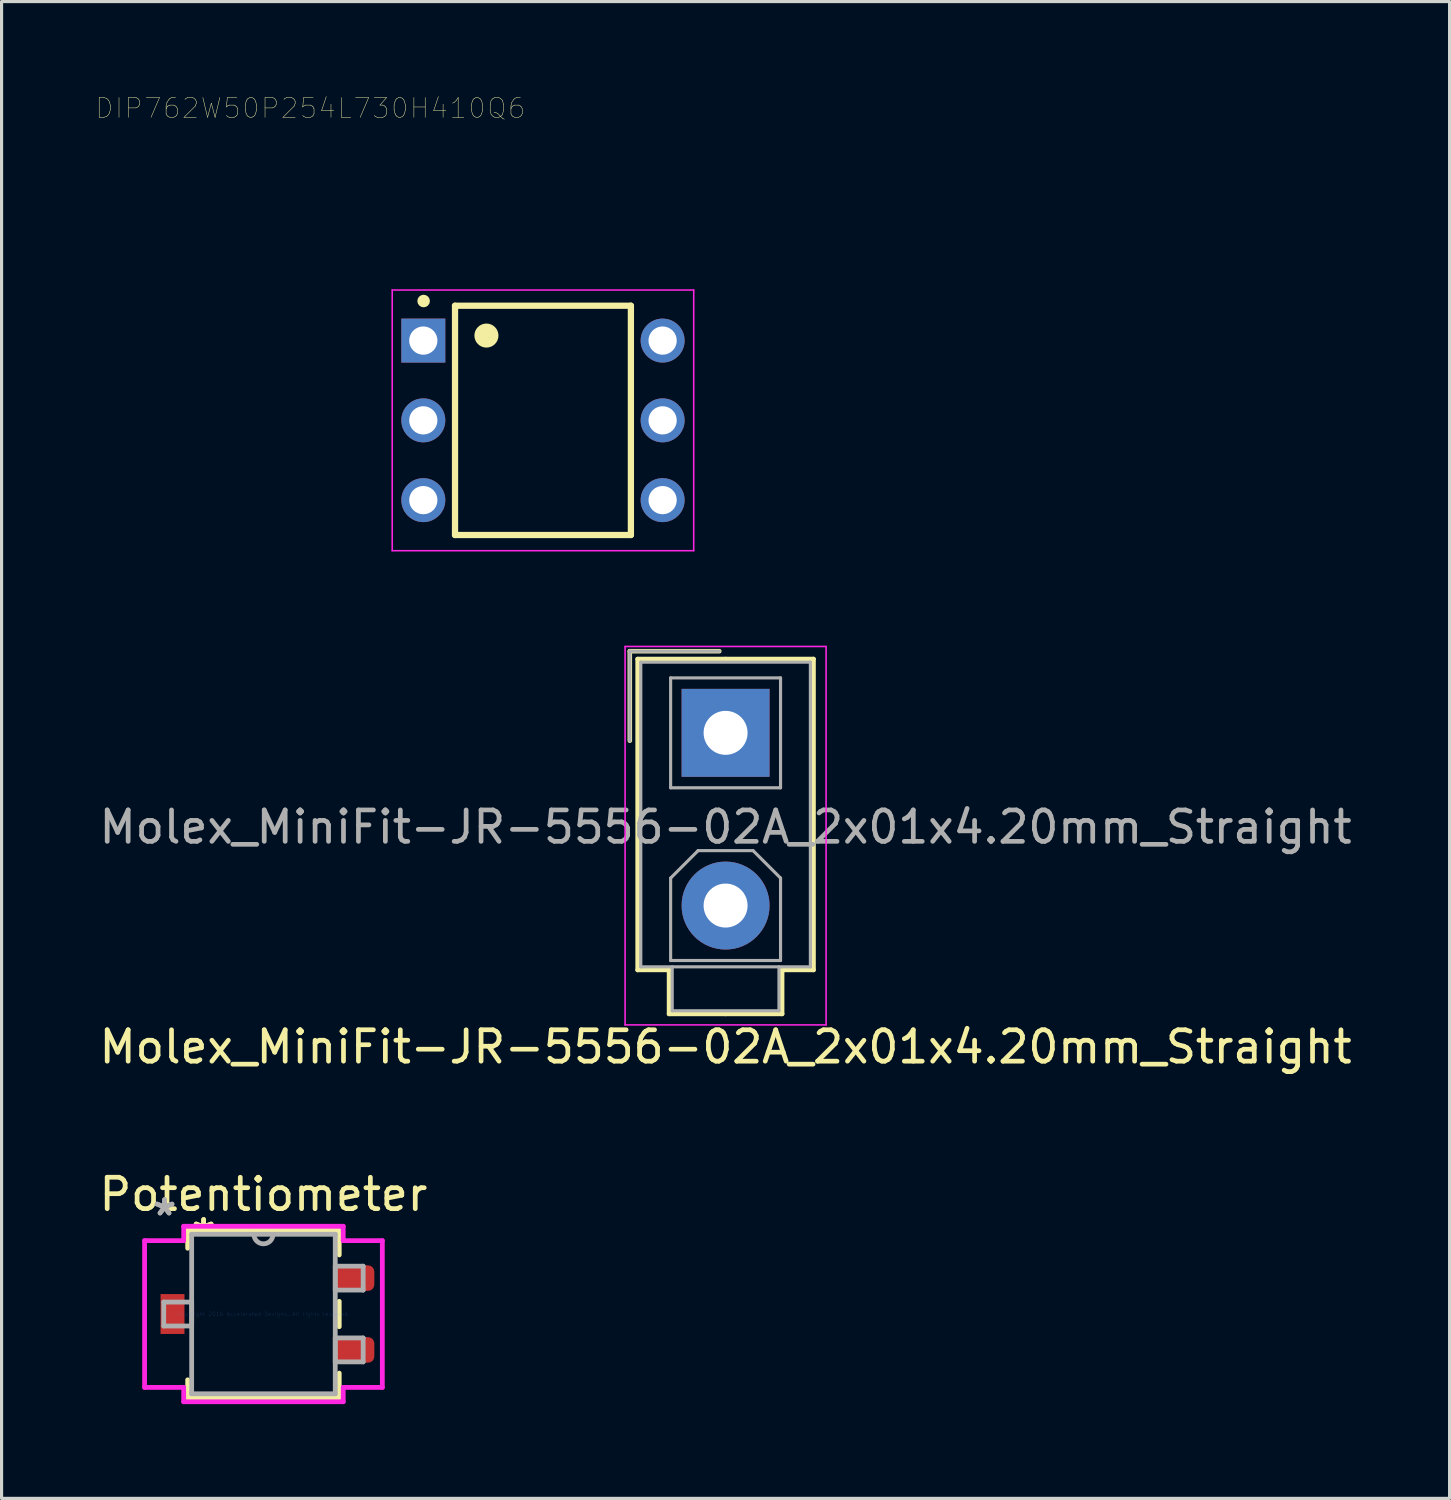
<source format=kicad_pcb>
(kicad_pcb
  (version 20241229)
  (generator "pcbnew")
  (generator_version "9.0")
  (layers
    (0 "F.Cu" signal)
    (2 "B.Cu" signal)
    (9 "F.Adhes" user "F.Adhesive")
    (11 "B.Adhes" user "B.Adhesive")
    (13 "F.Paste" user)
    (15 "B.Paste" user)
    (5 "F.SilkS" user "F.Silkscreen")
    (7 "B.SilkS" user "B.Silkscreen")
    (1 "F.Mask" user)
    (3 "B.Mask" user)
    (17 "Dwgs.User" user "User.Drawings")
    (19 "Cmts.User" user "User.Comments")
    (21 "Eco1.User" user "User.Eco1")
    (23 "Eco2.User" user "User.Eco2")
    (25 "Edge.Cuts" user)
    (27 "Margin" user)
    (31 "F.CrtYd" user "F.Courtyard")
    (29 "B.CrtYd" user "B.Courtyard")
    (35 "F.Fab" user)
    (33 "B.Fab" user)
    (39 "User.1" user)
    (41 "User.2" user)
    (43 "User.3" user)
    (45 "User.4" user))
  (footprint "Potentiometer"
    (layer "F.Cu")
    (at 5.339 38.791)
    (property "Reference" "Potentiometer" (at 0 -3.81 0) (layer "F.SilkS") (effects (font (size 1 1) (thickness 0.15))))
    (attr through_hole)
    (fp_line (start -2.413 -2.667) (end -2.413 -2.095) (stroke (width 0.152) (type solid)) (layer "F.SilkS"))
    (fp_line (start -2.413 2.095) (end -2.413 2.667) (stroke (width 0.152) (type solid)) (layer "F.SilkS"))
    (fp_line (start -2.413 2.667) (end 2.413 2.667) (stroke (width 0.152) (type solid)) (layer "F.SilkS"))
    (fp_line (start 2.413 -2.667) (end -2.413 -2.667) (stroke (width 0.152) (type solid)) (layer "F.SilkS"))
    (fp_line (start 2.413 -1.882) (end 2.413 -2.667) (stroke (width 0.152) (type solid)) (layer "F.SilkS"))
    (fp_line (start 2.413 0.404) (end 2.413 -0.404) (stroke (width 0.152) (type solid)) (layer "F.SilkS"))
    (fp_line (start 2.413 2.667) (end 2.413 1.882) (stroke (width 0.152) (type solid)) (layer "F.SilkS"))
    (fp_line (start -3.785 -2.337) (end -2.54 -2.337) (stroke (width 0.152) (type solid)) (layer "F.CrtYd"))
    (fp_line (start -3.785 2.337) (end -3.785 -2.337) (stroke (width 0.152) (type solid)) (layer "F.CrtYd"))
    (fp_line (start -2.54 -2.794) (end 2.54 -2.794) (stroke (width 0.152) (type solid)) (layer "F.CrtYd"))
    (fp_line (start -2.54 -2.337) (end -2.54 -2.794) (stroke (width 0.152) (type solid)) (layer "F.CrtYd"))
    (fp_line (start -2.54 2.337) (end -3.785 2.337) (stroke (width 0.152) (type solid)) (layer "F.CrtYd"))
    (fp_line (start -2.54 2.794) (end -2.54 2.337) (stroke (width 0.152) (type solid)) (layer "F.CrtYd"))
    (fp_line (start 2.54 -2.794) (end 2.54 -2.337) (stroke (width 0.152) (type solid)) (layer "F.CrtYd"))
    (fp_line (start 2.54 -2.337) (end 3.785 -2.337) (stroke (width 0.152) (type solid)) (layer "F.CrtYd"))
    (fp_line (start 2.54 2.337) (end 2.54 2.794) (stroke (width 0.152) (type solid)) (layer "F.CrtYd"))
    (fp_line (start 2.54 2.794) (end -2.54 2.794) (stroke (width 0.152) (type solid)) (layer "F.CrtYd"))
    (fp_line (start 3.785 -2.337) (end 3.785 2.337) (stroke (width 0.152) (type solid)) (layer "F.CrtYd"))
    (fp_line (start 3.785 2.337) (end 2.54 2.337) (stroke (width 0.152) (type solid)) (layer "F.CrtYd"))
    (fp_line (start -3.175 -0.381) (end -3.175 0.381) (stroke (width 0.152) (type solid)) (layer "F.Fab"))
    (fp_line (start -3.175 0.381) (end -2.286 0.381) (stroke (width 0.152) (type solid)) (layer "F.Fab"))
    (fp_line (start -2.286 -2.54) (end -2.286 2.54) (stroke (width 0.152) (type solid)) (layer "F.Fab"))
    (fp_line (start -2.286 -0.381) (end -3.175 -0.381) (stroke (width 0.152) (type solid)) (layer "F.Fab"))
    (fp_line (start -2.286 0.381) (end -2.286 -0.381) (stroke (width 0.152) (type solid)) (layer "F.Fab"))
    (fp_line (start -2.286 2.54) (end 2.286 2.54) (stroke (width 0.152) (type solid)) (layer "F.Fab"))
    (fp_line (start 2.286 -2.54) (end -2.286 -2.54) (stroke (width 0.152) (type solid)) (layer "F.Fab"))
    (fp_line (start 2.286 -1.524) (end 2.286 -0.762) (stroke (width 0.152) (type solid)) (layer "F.Fab"))
    (fp_line (start 2.286 -0.762) (end 3.175 -0.762) (stroke (width 0.152) (type solid)) (layer "F.Fab"))
    (fp_line (start 2.286 0.762) (end 2.286 1.524) (stroke (width 0.152) (type solid)) (layer "F.Fab"))
    (fp_line (start 2.286 1.524) (end 3.175 1.524) (stroke (width 0.152) (type solid)) (layer "F.Fab"))
    (fp_line (start 2.286 2.54) (end 2.286 -2.54) (stroke (width 0.152) (type solid)) (layer "F.Fab"))
    (fp_line (start 3.175 -1.524) (end 2.286 -1.524) (stroke (width 0.152) (type solid)) (layer "F.Fab"))
    (fp_line (start 3.175 -0.762) (end 3.175 -1.524) (stroke (width 0.152) (type solid)) (layer "F.Fab"))
    (fp_line (start 3.175 0.762) (end 2.286 0.762) (stroke (width 0.152) (type solid)) (layer "F.Fab"))
    (fp_line (start 3.175 1.524) (end 3.175 0.762) (stroke (width 0.152) (type solid)) (layer "F.Fab"))
    (fp_arc (start 0.3048 -2.54) (mid 0 -2.2352) (end -0.3048 -2.54) (stroke (width 0.1524) (type solid)) (layer "F.Fab"))
    (fp_text user "*" (at -1.905 -2.464 0) (layer "F.SilkS") (effects (font (size 1 1) (thickness 0.15))))
    (fp_text user "*" (at -1.905 -2.464 0) (layer "F.SilkS") (effects (font (size 1 1) (thickness 0.15))))
    (fp_text user "Copyright 2016 Accelerated Designs. All rights reserved." (at 0 0 0) (layer "Cmts.User") (effects (font (size 0.127 0.127) (thickness 0.002))))
    (fp_text user "*" (at -3.15 -3.099 0) (layer "F.Fab") (effects (font (size 1 1) (thickness 0.15))))
    (fp_text user "*" (at -3.15 -3.099 0) (layer "F.Fab") (effects (font (size 1 1) (thickness 0.15))))
    (pad "1" smd roundrect (at 2.896 -1.143) (size 1.27 0.813) (layers "F.Cu" "F.Mask" "F.Paste") (roundrect_rratio 0.25))
    (pad "2" smd rect (at -2.896 0) (size 0.762 1.27) (layers "F.Cu" "F.Mask" "F.Paste"))
    (pad "3" smd roundrect (at 2.896 1.143) (size 1.27 0.813) (layers "F.Cu" "F.Mask" "F.Paste") (roundrect_rratio 0.25)))
  (footprint "DIP762W50P254L730H410Q6"
    (layer "F.Cu")
    (at 14.239 10.335)
    (property "Reference" "DIP762W50P254L730H410Q6" (at -7.41 -9.94 0) (layer "F.SilkS") (effects (font (size 0.63 0.63) (thickness 0.015))))
    (attr through_hole)
    (fp_line (start -2.8 -3.65) (end 2.8 -3.65) (stroke (width 0.2) (type solid)) (layer "F.SilkS"))
    (fp_line (start -2.8 3.65) (end -2.8 -3.65) (stroke (width 0.2) (type solid)) (layer "F.SilkS"))
    (fp_line (start -2 -2.6) (end -1.8 -2.9) (stroke (width 0.2) (type solid)) (layer "F.SilkS"))
    (fp_line (start -2 -2.6) (end -1.8 -2.7) (stroke (width 0.2) (type solid)) (layer "F.SilkS"))
    (fp_line (start -1.8 -2.9) (end -1.6 -2.7) (stroke (width 0.2) (type solid)) (layer "F.SilkS"))
    (fp_line (start -1.7 -2.5) (end -2 -2.6) (stroke (width 0.2) (type solid)) (layer "F.SilkS"))
    (fp_line (start -1.6 -2.7) (end -1.7 -2.5) (stroke (width 0.2) (type solid)) (layer "F.SilkS"))
    (fp_line (start 2.8 -3.65) (end 2.8 3.65) (stroke (width 0.2) (type solid)) (layer "F.SilkS"))
    (fp_line (start 2.8 3.65) (end -2.8 3.65) (stroke (width 0.2) (type solid)) (layer "F.SilkS"))
    (fp_circle (center -3.8 -3.8) (end -3.7 -3.8) (stroke (width 0.2) (type solid)) (fill no) (layer "F.SilkS"))
    (fp_circle (center -1.8 -2.7) (end -1.517 -2.7) (stroke (width 0.2) (type solid)) (fill no) (layer "F.SilkS"))
    (fp_line (start -4.8 -4.15) (end 4.8 -4.15) (stroke (width 0.05) (type solid)) (layer "F.CrtYd"))
    (fp_line (start -4.8 4.15) (end -4.8 -4.15) (stroke (width 0.05) (type solid)) (layer "F.CrtYd"))
    (fp_line (start 4.8 -4.15) (end 4.8 4.15) (stroke (width 0.05) (type solid)) (layer "F.CrtYd"))
    (fp_line (start 4.8 4.15) (end -4.8 4.15) (stroke (width 0.05) (type solid)) (layer "F.CrtYd"))
    (pad "1" thru_hole rect (at -3.81 -2.54) (size 1.4 1.4) (drill 0.9) (layers "*.Cu" "*.Mask"))
    (pad "2" thru_hole circle (at -3.81 0) (size 1.4 1.4) (drill 0.9) (layers "*.Cu" "*.Mask"))
    (pad "3" thru_hole circle (at -3.81 2.54) (size 1.4 1.4) (drill 0.9) (layers "*.Cu" "*.Mask"))
    (pad "4" thru_hole circle (at 3.81 2.54) (size 1.4 1.4) (drill 0.9) (layers "*.Cu" "*.Mask"))
    (pad "5" thru_hole circle (at 3.81 0) (size 1.4 1.4) (drill 0.9) (layers "*.Cu" "*.Mask"))
    (pad "6" thru_hole circle (at 3.81 -2.54) (size 1.4 1.4) (drill 0.9) (layers "*.Cu" "*.Mask")))
  (footprint "Molex_MiniFit-JR-5556-02A_2x01x4.20mm_Straight"
    (layer "F.Cu")
    (at 20.054 20.285)
    (property "Reference" "Molex_MiniFit-JR-5556-02A_2x01x4.20mm_Straight" (at 0 10 0) (layer "F.SilkS") (effects (font (size 1 1) (thickness 0.15))))
    (attr through_hole)
    (fp_line (start -3.05 -2.6) (end -3.05 0.25) (stroke (width 0.145) (type solid)) (layer "F.SilkS"))
    (fp_line (start -2.8 -2.35) (end -2.8 7.55) (stroke (width 0.145) (type solid)) (layer "F.SilkS"))
    (fp_line (start -2.8 7.55) (end -1.8 7.55) (stroke (width 0.145) (type solid)) (layer "F.SilkS"))
    (fp_line (start -1.8 7.55) (end -1.8 8.95) (stroke (width 0.145) (type solid)) (layer "F.SilkS"))
    (fp_line (start -1.8 8.95) (end 0 8.95) (stroke (width 0.145) (type solid)) (layer "F.SilkS"))
    (fp_line (start -0.2 -2.6) (end -3.05 -2.6) (stroke (width 0.145) (type solid)) (layer "F.SilkS"))
    (fp_line (start 0 -2.35) (end -2.8 -2.35) (stroke (width 0.145) (type solid)) (layer "F.SilkS"))
    (fp_line (start 0 -2.35) (end 2.8 -2.35) (stroke (width 0.145) (type solid)) (layer "F.SilkS"))
    (fp_line (start 1.8 7.55) (end 1.8 8.95) (stroke (width 0.145) (type solid)) (layer "F.SilkS"))
    (fp_line (start 1.8 8.95) (end 0 8.95) (stroke (width 0.145) (type solid)) (layer "F.SilkS"))
    (fp_line (start 2.8 -2.35) (end 2.8 7.55) (stroke (width 0.145) (type solid)) (layer "F.SilkS"))
    (fp_line (start 2.8 7.55) (end 1.8 7.55) (stroke (width 0.145) (type solid)) (layer "F.SilkS"))
    (fp_line (start -3.2 -2.75) (end -3.2 9.3) (stroke (width 0.05) (type solid)) (layer "F.CrtYd"))
    (fp_line (start -3.2 9.3) (end 3.2 9.3) (stroke (width 0.05) (type solid)) (layer "F.CrtYd"))
    (fp_line (start 3.2 -2.75) (end -3.2 -2.75) (stroke (width 0.05) (type solid)) (layer "F.CrtYd"))
    (fp_line (start 3.2 9.3) (end 3.2 -2.75) (stroke (width 0.05) (type solid)) (layer "F.CrtYd"))
    (fp_line (start -3.05 -2.6) (end -3.05 0.25) (stroke (width 0.1) (type solid)) (layer "F.Fab"))
    (fp_line (start -2.7 -2.25) (end -2.7 7.45) (stroke (width 0.1) (type solid)) (layer "F.Fab"))
    (fp_line (start -2.7 7.45) (end 2.7 7.45) (stroke (width 0.1) (type solid)) (layer "F.Fab"))
    (fp_line (start -1.75 -1.75) (end -1.75 1.75) (stroke (width 0.1) (type solid)) (layer "F.Fab"))
    (fp_line (start -1.75 1.75) (end 1.75 1.75) (stroke (width 0.1) (type solid)) (layer "F.Fab"))
    (fp_line (start -1.75 4.625) (end -0.875 3.75) (stroke (width 0.1) (type solid)) (layer "F.Fab"))
    (fp_line (start -1.75 7.25) (end -1.75 4.625) (stroke (width 0.1) (type solid)) (layer "F.Fab"))
    (fp_line (start -1.7 7.45) (end -1.7 8.85) (stroke (width 0.1) (type solid)) (layer "F.Fab"))
    (fp_line (start -1.7 8.85) (end 1.7 8.85) (stroke (width 0.1) (type solid)) (layer "F.Fab"))
    (fp_line (start -0.875 3.75) (end 0.875 3.75) (stroke (width 0.1) (type solid)) (layer "F.Fab"))
    (fp_line (start -0.2 -2.6) (end -3.05 -2.6) (stroke (width 0.1) (type solid)) (layer "F.Fab"))
    (fp_line (start 0.875 3.75) (end 1.75 4.625) (stroke (width 0.1) (type solid)) (layer "F.Fab"))
    (fp_line (start 1.7 8.85) (end 1.7 7.45) (stroke (width 0.1) (type solid)) (layer "F.Fab"))
    (fp_line (start 1.75 -1.75) (end -1.75 -1.75) (stroke (width 0.1) (type solid)) (layer "F.Fab"))
    (fp_line (start 1.75 1.75) (end 1.75 -1.75) (stroke (width 0.1) (type solid)) (layer "F.Fab"))
    (fp_line (start 1.75 4.625) (end 1.75 7.25) (stroke (width 0.1) (type solid)) (layer "F.Fab"))
    (fp_line (start 1.75 7.25) (end -1.75 7.25) (stroke (width 0.1) (type solid)) (layer "F.Fab"))
    (fp_line (start 2.7 -2.25) (end -2.7 -2.25) (stroke (width 0.1) (type solid)) (layer "F.Fab"))
    (fp_line (start 2.7 7.45) (end 2.7 -2.25) (stroke (width 0.1) (type solid)) (layer "F.Fab"))
    (fp_text user "${REFERENCE}" (at 0 3 0) (layer "F.Fab") (effects (font (size 1 1) (thickness 0.15))))
    (pad "1" thru_hole rect (at 0 0) (size 2.8 2.8) (drill 1.4) (layers "*.Cu" "*.Mask"))
    (pad "2" thru_hole circle (at 0 5.5) (size 2.8 2.8) (drill 1.4) (layers "*.Cu" "*.Mask")))
  (gr_rect
    (start -3 -3)
    (end 43.107 44.662)
    (stroke (width 0.1) (type default))
    (fill no)
    (layer "Edge.Cuts")))
</source>
